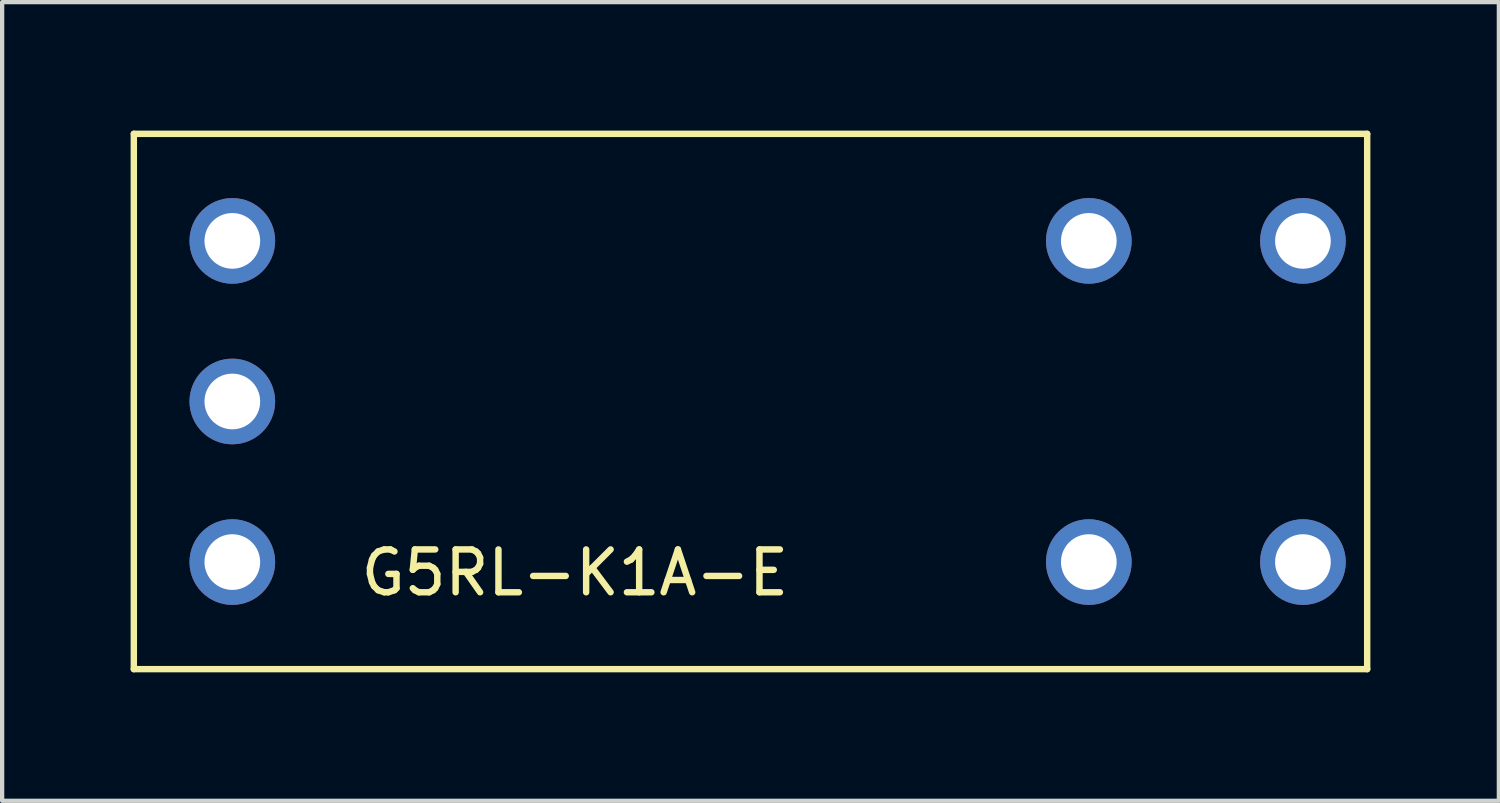
<source format=kicad_pcb>
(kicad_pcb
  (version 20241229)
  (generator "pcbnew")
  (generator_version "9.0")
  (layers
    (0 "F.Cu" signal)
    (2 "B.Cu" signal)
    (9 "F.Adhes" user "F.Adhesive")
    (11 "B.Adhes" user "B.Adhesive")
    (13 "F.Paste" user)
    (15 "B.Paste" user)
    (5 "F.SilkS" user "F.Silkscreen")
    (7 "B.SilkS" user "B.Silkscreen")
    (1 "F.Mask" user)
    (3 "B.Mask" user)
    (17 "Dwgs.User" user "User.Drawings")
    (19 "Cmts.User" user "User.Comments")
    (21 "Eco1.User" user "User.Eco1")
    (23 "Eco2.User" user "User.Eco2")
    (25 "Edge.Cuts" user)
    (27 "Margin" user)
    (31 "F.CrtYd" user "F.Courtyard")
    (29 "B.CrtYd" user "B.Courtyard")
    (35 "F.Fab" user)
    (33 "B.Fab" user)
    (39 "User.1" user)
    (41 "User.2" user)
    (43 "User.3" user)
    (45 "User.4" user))
  (footprint "G5RL-K1A-E"
    (layer "F.Cu")
    (at 2.375 6.325)
    (property "Reference" "G5RL-K1A-E" (at 8 4 0) (layer "F.SilkS") (effects (font (size 1 1) (thickness 0.15))))
    (attr through_hole)
    (fp_line (start -2.3 -6.25) (end 26.5 -6.25) (stroke (width 0.15) (type solid)) (layer "F.SilkS"))
    (fp_line (start -2.3 6.25) (end -2.3 -6.25) (stroke (width 0.15) (type solid)) (layer "F.SilkS"))
    (fp_line (start 26.5 -6.25) (end 26.5 6.25) (stroke (width 0.15) (type solid)) (layer "F.SilkS"))
    (fp_line (start 26.5 6.25) (end -2.3 6.25) (stroke (width 0.15) (type solid)) (layer "F.SilkS"))
    (pad "1" thru_hole circle (at 0 -3.75) (size 2 2) (drill 1.3) (layers "*.Cu" "*.Mask"))
    (pad "3" thru_hole circle (at 20 -3.75) (size 2 2) (drill 1.3) (layers "*.Cu" "*.Mask"))
    (pad "4" thru_hole circle (at 25 -3.75) (size 2 2) (drill 1.3) (layers "*.Cu" "*.Mask"))
    (pad "5" thru_hole circle (at 25 3.75) (size 2 2) (drill 1.3) (layers "*.Cu" "*.Mask"))
    (pad "6" thru_hole circle (at 20 3.75) (size 2 2) (drill 1.3) (layers "*.Cu" "*.Mask"))
    (pad "8" thru_hole circle (at 0 3.75) (size 2 2) (drill 1.3) (layers "*.Cu" "*.Mask"))
    (pad "9" thru_hole circle (at 0 0) (size 2 2) (drill 1.3) (layers "*.Cu" "*.Mask")))
  (gr_rect
    (start -3 -3)
    (end 31.95 15.65)
    (stroke (width 0.1) (type default))
    (fill no)
    (layer "Edge.Cuts")))
</source>
